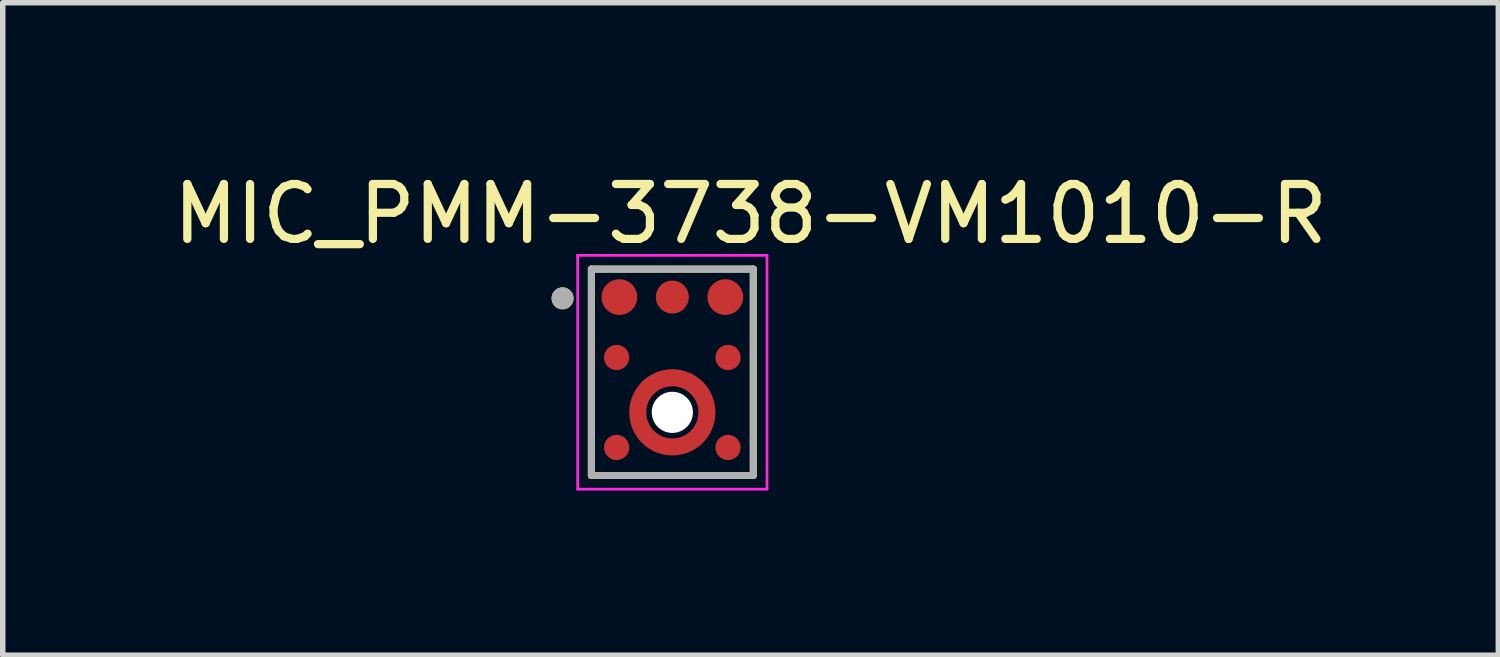
<source format=kicad_pcb>
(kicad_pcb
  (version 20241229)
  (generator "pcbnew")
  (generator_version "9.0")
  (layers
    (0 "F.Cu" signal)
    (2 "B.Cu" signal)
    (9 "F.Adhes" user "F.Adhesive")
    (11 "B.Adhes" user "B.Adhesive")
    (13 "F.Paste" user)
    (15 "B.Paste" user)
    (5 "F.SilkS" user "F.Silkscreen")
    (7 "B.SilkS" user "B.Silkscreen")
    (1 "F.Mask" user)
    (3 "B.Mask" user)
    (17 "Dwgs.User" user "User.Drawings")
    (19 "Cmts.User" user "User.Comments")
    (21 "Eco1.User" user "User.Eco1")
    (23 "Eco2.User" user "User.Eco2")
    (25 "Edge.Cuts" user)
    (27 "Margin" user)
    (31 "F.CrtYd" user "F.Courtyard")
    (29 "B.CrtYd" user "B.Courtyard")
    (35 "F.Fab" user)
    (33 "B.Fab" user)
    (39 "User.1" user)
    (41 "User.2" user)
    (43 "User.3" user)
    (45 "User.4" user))
  (footprint "MIC_PMM-3738-VM1010-R"
    (layer "F.Cu")
    (at 9.2 3.733)
    (property "Reference" "MIC_PMM-3738-VM1010-R" (at 1.425 -2.885 0) (layer "F.SilkS") (effects (font (size 1 1) (thickness 0.15))))
    (attr through_hole)
    (fp_poly (pts (xy -0.88 0.73) (xy -0.879 0.684) (xy -0.875 0.638) (xy -0.869 0.592) (xy -0.861 0.547) (xy -0.85 0.502) (xy -0.837 0.458) (xy -0.822 0.415) (xy -0.804 0.372) (xy -0.784 0.33) (xy -0.762 0.29) (xy -0.738 0.251) (xy -0.712 0.213) (xy -0.684 0.176) (xy -0.654 0.141) (xy -0.622 0.108) (xy -0.589 0.076) (xy -0.554 0.046) (xy -0.517 0.018) (xy -0.479 -0.008) (xy -0.44 -0.032) (xy -0.4 -0.054) (xy -0.358 -0.074) (xy -0.315 -0.092) (xy -0.272 -0.107) (xy -0.228 -0.12) (xy -0.183 -0.131) (xy -0.138 -0.139) (xy -0.092 -0.145) (xy -0.046 -0.149) (xy 0 -0.15) (xy 0.046 -0.149) (xy 0.092 -0.145) (xy 0.138 -0.139) (xy 0.183 -0.131) (xy 0.228 -0.12) (xy 0.272 -0.107) (xy 0.315 -0.092) (xy 0.358 -0.074) (xy 0.4 -0.054) (xy 0.44 -0.032) (xy 0.479 -0.008) (xy 0.517 0.018) (xy 0.554 0.046) (xy 0.589 0.076) (xy 0.622 0.108) (xy 0.654 0.141) (xy 0.684 0.176) (xy 0.712 0.213) (xy 0.738 0.251) (xy 0.762 0.29) (xy 0.784 0.33) (xy 0.804 0.372) (xy 0.822 0.415) (xy 0.837 0.458) (xy 0.85 0.502) (xy 0.861 0.547) (xy 0.869 0.592) (xy 0.875 0.638) (xy 0.879 0.684) (xy 0.88 0.73) (xy 0.48 0.73) (xy 0.479 0.705) (xy 0.477 0.68) (xy 0.474 0.655) (xy 0.47 0.63) (xy 0.464 0.606) (xy 0.457 0.582) (xy 0.448 0.558) (xy 0.439 0.535) (xy 0.428 0.512) (xy 0.416 0.49) (xy 0.403 0.469) (xy 0.388 0.448) (xy 0.373 0.428) (xy 0.357 0.409) (xy 0.339 0.391) (xy 0.321 0.373) (xy 0.302 0.357) (xy 0.282 0.342) (xy 0.261 0.327) (xy 0.24 0.314) (xy 0.218 0.302) (xy 0.195 0.291) (xy 0.172 0.282) (xy 0.148 0.273) (xy 0.124 0.266) (xy 0.1 0.26) (xy 0.075 0.256) (xy 0.05 0.253) (xy 0.025 0.251) (xy 0 0.25) (xy -0.025 0.251) (xy -0.05 0.253) (xy -0.075 0.256) (xy -0.1 0.26) (xy -0.124 0.266) (xy -0.148 0.273) (xy -0.172 0.282) (xy -0.195 0.291) (xy -0.218 0.302) (xy -0.24 0.314) (xy -0.261 0.327) (xy -0.282 0.342) (xy -0.302 0.357) (xy -0.321 0.373) (xy -0.339 0.391) (xy -0.357 0.409) (xy -0.373 0.428) (xy -0.388 0.448) (xy -0.403 0.469) (xy -0.416 0.49) (xy -0.428 0.512) (xy -0.439 0.535) (xy -0.448 0.558) (xy -0.457 0.582) (xy -0.464 0.606) (xy -0.47 0.63) (xy -0.474 0.655) (xy -0.477 0.68) (xy -0.479 0.705) (xy -0.48 0.73) (xy -0.477 0.78) (xy -0.47 0.83) (xy -0.457 0.878) (xy -0.439 0.925) (xy -0.416 0.97) (xy -0.388 1.012) (xy -0.357 1.051) (xy -0.321 1.087) (xy -0.282 1.118) (xy -0.24 1.146) (xy -0.195 1.169) (xy -0.148 1.187) (xy -0.1 1.2) (xy -0.05 1.207) (xy 0 1.21) (xy 0.05 1.207) (xy 0.1 1.2) (xy 0.148 1.187) (xy 0.195 1.169) (xy 0.24 1.146) (xy 0.282 1.118) (xy 0.321 1.087) (xy 0.357 1.051) (xy 0.388 1.012) (xy 0.416 0.97) (xy 0.439 0.925) (xy 0.457 0.878) (xy 0.47 0.83) (xy 0.477 0.78) (xy 0.48 0.73) (xy 0.88 0.73) (xy 0.879 0.776) (xy 0.875 0.822) (xy 0.869 0.868) (xy 0.861 0.913) (xy 0.85 0.958) (xy 0.837 1.002) (xy 0.822 1.045) (xy 0.804 1.088) (xy 0.784 1.13) (xy 0.762 1.17) (xy 0.738 1.209) (xy 0.712 1.247) (xy 0.684 1.284) (xy 0.654 1.319) (xy 0.622 1.352) (xy 0.589 1.384) (xy 0.554 1.414) (xy 0.517 1.442) (xy 0.479 1.468) (xy 0.44 1.492) (xy 0.4 1.514) (xy 0.358 1.534) (xy 0.315 1.552) (xy 0.272 1.567) (xy 0.228 1.58) (xy 0.183 1.591) (xy 0.138 1.599) (xy 0.092 1.605) (xy 0.046 1.609) (xy 0 1.61) (xy -0.046 1.609) (xy -0.092 1.605) (xy -0.138 1.599) (xy -0.183 1.591) (xy -0.228 1.58) (xy -0.272 1.567) (xy -0.315 1.552) (xy -0.358 1.534) (xy -0.4 1.514) (xy -0.44 1.492) (xy -0.479 1.468) (xy -0.517 1.442) (xy -0.554 1.414) (xy -0.589 1.384) (xy -0.622 1.352) (xy -0.654 1.319) (xy -0.684 1.284) (xy -0.712 1.247) (xy -0.738 1.209) (xy -0.762 1.17) (xy -0.784 1.13) (xy -0.804 1.088) (xy -0.822 1.045) (xy -0.837 1.002) (xy -0.85 0.958) (xy -0.861 0.913) (xy -0.869 0.868) (xy -0.875 0.822) (xy -0.879 0.776) (xy -0.88 0.73)) (stroke (width 0.01) (type solid)) (fill yes) (layer "F.Mask"))
    (fp_line (start -1.475 -1.88) (end 1.475 -1.88) (stroke (width 0.127) (type solid)) (layer "F.SilkS"))
    (fp_line (start -1.475 1.88) (end -1.475 -1.88) (stroke (width 0.127) (type solid)) (layer "F.SilkS"))
    (fp_line (start 1.475 -1.88) (end 1.475 1.88) (stroke (width 0.127) (type solid)) (layer "F.SilkS"))
    (fp_line (start 1.475 1.88) (end -1.475 1.88) (stroke (width 0.127) (type solid)) (layer "F.SilkS"))
    (fp_circle (center -2 -1.347) (end -1.9 -1.347) (stroke (width 0.2) (type solid)) (fill no) (layer "F.SilkS"))
    (fp_poly (pts (xy -0.525 0.68) (xy -0.525 0.675) (xy -0.523 0.655) (xy -0.52 0.631) (xy -0.516 0.607) (xy -0.511 0.583) (xy -0.504 0.559) (xy -0.497 0.536) (xy -0.488 0.513) (xy -0.478 0.491) (xy -0.467 0.469) (xy -0.455 0.447) (xy -0.442 0.427) (xy -0.428 0.407) (xy -0.413 0.387) (xy -0.397 0.369) (xy -0.381 0.351) (xy -0.363 0.334) (xy -0.345 0.317) (xy -0.326 0.302) (xy -0.306 0.288) (xy -0.285 0.275) (xy -0.264 0.262) (xy -0.242 0.251) (xy -0.22 0.241) (xy -0.197 0.231) (xy -0.174 0.223) (xy -0.151 0.216) (xy -0.127 0.211) (xy -0.103 0.206) (xy -0.079 0.203) (xy -0.05 0.2) (xy -0.05 -0.05) (xy -0.087 -0.046) (xy -0.124 -0.04) (xy -0.161 -0.032) (xy -0.197 -0.023) (xy -0.233 -0.012) (xy -0.268 0) (xy -0.302 0.014) (xy -0.336 0.03) (xy -0.369 0.048) (xy -0.402 0.067) (xy -0.433 0.087) (xy -0.463 0.109) (xy -0.493 0.132) (xy -0.521 0.156) (xy -0.548 0.182) (xy -0.574 0.209) (xy -0.598 0.237) (xy -0.621 0.267) (xy -0.643 0.297) (xy -0.663 0.328) (xy -0.682 0.361) (xy -0.7 0.394) (xy -0.716 0.428) (xy -0.73 0.462) (xy -0.742 0.497) (xy -0.753 0.533) (xy -0.762 0.569) (xy -0.77 0.606) (xy -0.776 0.643) (xy -0.78 0.68) (xy -0.525 0.68)) (stroke (width 0.01) (type solid)) (fill yes) (layer "F.Paste"))
    (fp_poly (pts (xy -0.05 1.255) (xy -0.055 1.255) (xy -0.075 1.253) (xy -0.1 1.25) (xy -0.124 1.246) (xy -0.148 1.24) (xy -0.172 1.234) (xy -0.196 1.226) (xy -0.219 1.217) (xy -0.241 1.207) (xy -0.264 1.196) (xy -0.285 1.184) (xy -0.306 1.17) (xy -0.326 1.156) (xy -0.346 1.141) (xy -0.365 1.125) (xy -0.382 1.107) (xy -0.4 1.09) (xy -0.416 1.071) (xy -0.431 1.051) (xy -0.445 1.031) (xy -0.459 1.01) (xy -0.471 0.989) (xy -0.482 0.966) (xy -0.492 0.944) (xy -0.501 0.921) (xy -0.509 0.897) (xy -0.515 0.873) (xy -0.521 0.849) (xy -0.525 0.825) (xy -0.528 0.8) (xy -0.53 0.78) (xy -0.78 0.78) (xy -0.776 0.817) (xy -0.77 0.854) (xy -0.762 0.891) (xy -0.753 0.927) (xy -0.742 0.963) (xy -0.73 0.998) (xy -0.716 1.032) (xy -0.7 1.066) (xy -0.682 1.099) (xy -0.663 1.132) (xy -0.643 1.163) (xy -0.621 1.193) (xy -0.598 1.223) (xy -0.574 1.251) (xy -0.548 1.278) (xy -0.521 1.304) (xy -0.493 1.328) (xy -0.463 1.351) (xy -0.433 1.373) (xy -0.402 1.393) (xy -0.369 1.412) (xy -0.336 1.43) (xy -0.302 1.446) (xy -0.268 1.46) (xy -0.233 1.472) (xy -0.197 1.483) (xy -0.161 1.492) (xy -0.124 1.5) (xy -0.087 1.506) (xy -0.05 1.51) (xy -0.05 1.255)) (stroke (width 0.01) (type solid)) (fill yes) (layer "F.Paste"))
    (fp_poly (pts (xy 0.05 0.205) (xy 0.055 0.205) (xy 0.075 0.207) (xy 0.1 0.21) (xy 0.124 0.214) (xy 0.148 0.22) (xy 0.172 0.226) (xy 0.196 0.234) (xy 0.219 0.243) (xy 0.241 0.253) (xy 0.264 0.264) (xy 0.285 0.276) (xy 0.306 0.29) (xy 0.326 0.304) (xy 0.346 0.319) (xy 0.365 0.335) (xy 0.382 0.353) (xy 0.4 0.37) (xy 0.416 0.389) (xy 0.431 0.409) (xy 0.445 0.429) (xy 0.459 0.45) (xy 0.471 0.471) (xy 0.482 0.494) (xy 0.492 0.516) (xy 0.501 0.539) (xy 0.509 0.563) (xy 0.515 0.587) (xy 0.521 0.611) (xy 0.525 0.635) (xy 0.528 0.66) (xy 0.53 0.68) (xy 0.78 0.68) (xy 0.776 0.643) (xy 0.77 0.606) (xy 0.762 0.569) (xy 0.753 0.533) (xy 0.742 0.497) (xy 0.73 0.462) (xy 0.716 0.428) (xy 0.7 0.394) (xy 0.682 0.361) (xy 0.663 0.328) (xy 0.643 0.297) (xy 0.621 0.267) (xy 0.598 0.237) (xy 0.574 0.209) (xy 0.548 0.182) (xy 0.521 0.156) (xy 0.493 0.132) (xy 0.463 0.109) (xy 0.433 0.087) (xy 0.402 0.067) (xy 0.369 0.048) (xy 0.336 0.03) (xy 0.302 0.014) (xy 0.268 0) (xy 0.233 -0.012) (xy 0.197 -0.023) (xy 0.161 -0.032) (xy 0.124 -0.04) (xy 0.087 -0.046) (xy 0.05 -0.05) (xy 0.05 0.205)) (stroke (width 0.01) (type solid)) (fill yes) (layer "F.Paste"))
    (fp_poly (pts (xy 0.525 0.78) (xy 0.525 0.785) (xy 0.522 0.814) (xy 0.519 0.838) (xy 0.514 0.862) (xy 0.509 0.886) (xy 0.502 0.909) (xy 0.494 0.932) (xy 0.484 0.955) (xy 0.474 0.977) (xy 0.463 0.999) (xy 0.45 1.02) (xy 0.437 1.041) (xy 0.423 1.061) (xy 0.408 1.08) (xy 0.391 1.098) (xy 0.374 1.116) (xy 0.356 1.132) (xy 0.338 1.148) (xy 0.318 1.163) (xy 0.298 1.177) (xy 0.278 1.19) (xy 0.256 1.202) (xy 0.234 1.213) (xy 0.212 1.223) (xy 0.189 1.232) (xy 0.166 1.239) (xy 0.142 1.246) (xy 0.118 1.251) (xy 0.094 1.255) (xy 0.07 1.258) (xy 0.05 1.26) (xy 0.05 1.51) (xy 0.087 1.506) (xy 0.124 1.5) (xy 0.161 1.492) (xy 0.197 1.483) (xy 0.233 1.472) (xy 0.268 1.46) (xy 0.302 1.446) (xy 0.336 1.43) (xy 0.369 1.412) (xy 0.402 1.393) (xy 0.433 1.373) (xy 0.463 1.351) (xy 0.493 1.328) (xy 0.521 1.304) (xy 0.548 1.278) (xy 0.574 1.251) (xy 0.598 1.223) (xy 0.621 1.193) (xy 0.643 1.163) (xy 0.663 1.132) (xy 0.682 1.099) (xy 0.7 1.066) (xy 0.716 1.032) (xy 0.73 0.998) (xy 0.742 0.963) (xy 0.753 0.927) (xy 0.762 0.891) (xy 0.77 0.854) (xy 0.776 0.817) (xy 0.78 0.78) (xy 0.525 0.78)) (stroke (width 0.01) (type solid)) (fill yes) (layer "F.Paste"))
    (fp_poly (pts (xy -1.22 1.37) (xy -1.22 1.381) (xy -1.219 1.391) (xy -1.217 1.402) (xy -1.216 1.413) (xy -1.213 1.423) (xy -1.21 1.433) (xy -1.206 1.443) (xy -1.202 1.453) (xy -1.198 1.463) (xy -1.193 1.473) (xy -1.187 1.482) (xy -1.181 1.49) (xy -1.174 1.499) (xy -1.167 1.507) (xy -1.16 1.515) (xy -1.152 1.522) (xy -1.144 1.529) (xy -1.135 1.536) (xy -1.127 1.542) (xy -1.117 1.548) (xy -1.108 1.553) (xy -1.098 1.557) (xy -1.088 1.561) (xy -1.078 1.565) (xy -1.068 1.568) (xy -1.058 1.571) (xy -1.047 1.572) (xy -1.036 1.574) (xy -1.026 1.575) (xy -1.015 1.575) (xy -1.004 1.575) (xy -0.994 1.574) (xy -0.983 1.572) (xy -0.972 1.571) (xy -0.962 1.568) (xy -0.952 1.565) (xy -0.942 1.561) (xy -0.932 1.557) (xy -0.922 1.553) (xy -0.912 1.548) (xy -0.903 1.542) (xy -0.895 1.536) (xy -0.886 1.529) (xy -0.878 1.522) (xy -0.87 1.515) (xy -0.863 1.507) (xy -0.856 1.499) (xy -0.849 1.49) (xy -0.843 1.482) (xy -0.837 1.473) (xy -0.832 1.463) (xy -0.828 1.453) (xy -0.824 1.443) (xy -0.82 1.433) (xy -0.817 1.423) (xy -0.814 1.413) (xy -0.813 1.402) (xy -0.811 1.391) (xy -0.81 1.381) (xy -0.81 1.37) (xy -0.81 1.359) (xy -0.811 1.349) (xy -0.813 1.338) (xy -0.814 1.327) (xy -0.817 1.317) (xy -0.82 1.307) (xy -0.824 1.297) (xy -0.828 1.287) (xy -0.832 1.277) (xy -0.837 1.268) (xy -0.843 1.258) (xy -0.849 1.25) (xy -0.856 1.241) (xy -0.863 1.233) (xy -0.87 1.225) (xy -0.878 1.218) (xy -0.886 1.211) (xy -0.895 1.204) (xy -0.903 1.198) (xy -0.913 1.192) (xy -0.922 1.187) (xy -0.932 1.183) (xy -0.942 1.179) (xy -0.952 1.175) (xy -0.962 1.172) (xy -0.972 1.169) (xy -0.983 1.168) (xy -0.994 1.166) (xy -1.004 1.165) (xy -1.015 1.165) (xy -1.026 1.165) (xy -1.036 1.166) (xy -1.047 1.168) (xy -1.058 1.169) (xy -1.068 1.172) (xy -1.078 1.175) (xy -1.088 1.179) (xy -1.098 1.183) (xy -1.108 1.187) (xy -1.117 1.192) (xy -1.127 1.198) (xy -1.135 1.204) (xy -1.144 1.211) (xy -1.152 1.218) (xy -1.16 1.225) (xy -1.167 1.233) (xy -1.174 1.241) (xy -1.181 1.25) (xy -1.187 1.258) (xy -1.193 1.268) (xy -1.198 1.277) (xy -1.202 1.287) (xy -1.206 1.297) (xy -1.21 1.307) (xy -1.213 1.317) (xy -1.216 1.327) (xy -1.217 1.338) (xy -1.219 1.349) (xy -1.22 1.359) (xy -1.22 1.37)) (stroke (width 0.01) (type solid)) (fill yes) (layer "F.Paste"))
    (fp_poly (pts (xy -1.22 -0.27) (xy -1.22 -0.259) (xy -1.219 -0.249) (xy -1.217 -0.238) (xy -1.216 -0.227) (xy -1.213 -0.217) (xy -1.21 -0.207) (xy -1.206 -0.197) (xy -1.202 -0.187) (xy -1.198 -0.177) (xy -1.193 -0.168) (xy -1.187 -0.158) (xy -1.181 -0.15) (xy -1.174 -0.141) (xy -1.167 -0.133) (xy -1.16 -0.125) (xy -1.152 -0.118) (xy -1.144 -0.111) (xy -1.135 -0.104) (xy -1.127 -0.098) (xy -1.117 -0.092) (xy -1.108 -0.087) (xy -1.098 -0.083) (xy -1.088 -0.079) (xy -1.078 -0.075) (xy -1.068 -0.072) (xy -1.058 -0.069) (xy -1.047 -0.068) (xy -1.036 -0.066) (xy -1.026 -0.065) (xy -1.015 -0.065) (xy -1.004 -0.065) (xy -0.994 -0.066) (xy -0.983 -0.068) (xy -0.972 -0.069) (xy -0.962 -0.072) (xy -0.952 -0.075) (xy -0.942 -0.079) (xy -0.932 -0.083) (xy -0.922 -0.087) (xy -0.913 -0.092) (xy -0.903 -0.098) (xy -0.895 -0.104) (xy -0.886 -0.111) (xy -0.878 -0.118) (xy -0.87 -0.125) (xy -0.863 -0.133) (xy -0.856 -0.141) (xy -0.849 -0.15) (xy -0.843 -0.158) (xy -0.837 -0.167) (xy -0.832 -0.177) (xy -0.828 -0.187) (xy -0.824 -0.197) (xy -0.82 -0.207) (xy -0.817 -0.217) (xy -0.814 -0.227) (xy -0.813 -0.238) (xy -0.811 -0.249) (xy -0.81 -0.259) (xy -0.81 -0.27) (xy -0.81 -0.281) (xy -0.811 -0.291) (xy -0.813 -0.302) (xy -0.814 -0.313) (xy -0.817 -0.323) (xy -0.82 -0.333) (xy -0.824 -0.343) (xy -0.828 -0.353) (xy -0.832 -0.363) (xy -0.837 -0.372) (xy -0.843 -0.382) (xy -0.849 -0.39) (xy -0.856 -0.399) (xy -0.863 -0.407) (xy -0.87 -0.415) (xy -0.878 -0.422) (xy -0.886 -0.429) (xy -0.895 -0.436) (xy -0.903 -0.442) (xy -0.912 -0.448) (xy -0.922 -0.453) (xy -0.932 -0.457) (xy -0.942 -0.461) (xy -0.952 -0.465) (xy -0.962 -0.468) (xy -0.972 -0.471) (xy -0.983 -0.472) (xy -0.994 -0.474) (xy -1.004 -0.475) (xy -1.015 -0.475) (xy -1.02 -0.475) (xy -1.03 -0.475) (xy -1.041 -0.474) (xy -1.051 -0.473) (xy -1.062 -0.471) (xy -1.072 -0.468) (xy -1.082 -0.465) (xy -1.092 -0.462) (xy -1.101 -0.458) (xy -1.111 -0.453) (xy -1.12 -0.448) (xy -1.129 -0.443) (xy -1.138 -0.437) (xy -1.146 -0.43) (xy -1.154 -0.424) (xy -1.161 -0.416) (xy -1.169 -0.409) (xy -1.175 -0.401) (xy -1.182 -0.393) (xy -1.188 -0.384) (xy -1.193 -0.375) (xy -1.198 -0.366) (xy -1.203 -0.356) (xy -1.207 -0.347) (xy -1.21 -0.337) (xy -1.213 -0.327) (xy -1.216 -0.317) (xy -1.218 -0.306) (xy -1.219 -0.296) (xy -1.22 -0.285) (xy -1.22 -0.275) (xy -1.22 -0.27)) (stroke (width 0.01) (type solid)) (fill yes) (layer "F.Paste"))
    (fp_poly (pts (xy -0.275 -1.37) (xy -0.275 -1.356) (xy -0.273 -1.341) (xy -0.272 -1.327) (xy -0.269 -1.313) (xy -0.266 -1.299) (xy -0.262 -1.285) (xy -0.257 -1.271) (xy -0.251 -1.258) (xy -0.245 -1.245) (xy -0.238 -1.232) (xy -0.231 -1.22) (xy -0.222 -1.208) (xy -0.214 -1.197) (xy -0.204 -1.186) (xy -0.194 -1.176) (xy -0.184 -1.166) (xy -0.173 -1.156) (xy -0.162 -1.148) (xy -0.15 -1.139) (xy -0.138 -1.132) (xy -0.125 -1.125) (xy -0.112 -1.119) (xy -0.099 -1.113) (xy -0.085 -1.108) (xy -0.071 -1.104) (xy -0.057 -1.101) (xy -0.043 -1.098) (xy -0.029 -1.097) (xy -0.014 -1.095) (xy 0 -1.095) (xy 0.014 -1.095) (xy 0.029 -1.097) (xy 0.043 -1.098) (xy 0.057 -1.101) (xy 0.071 -1.104) (xy 0.085 -1.108) (xy 0.099 -1.113) (xy 0.112 -1.119) (xy 0.125 -1.125) (xy 0.138 -1.132) (xy 0.15 -1.139) (xy 0.162 -1.148) (xy 0.173 -1.156) (xy 0.184 -1.166) (xy 0.194 -1.176) (xy 0.204 -1.186) (xy 0.214 -1.197) (xy 0.222 -1.208) (xy 0.231 -1.22) (xy 0.238 -1.232) (xy 0.245 -1.245) (xy 0.251 -1.258) (xy 0.257 -1.271) (xy 0.262 -1.285) (xy 0.266 -1.299) (xy 0.269 -1.313) (xy 0.272 -1.327) (xy 0.273 -1.341) (xy 0.275 -1.356) (xy 0.275 -1.37) (xy 0.275 -1.384) (xy 0.273 -1.399) (xy 0.272 -1.413) (xy 0.269 -1.427) (xy 0.266 -1.441) (xy 0.262 -1.455) (xy 0.257 -1.469) (xy 0.251 -1.482) (xy 0.245 -1.495) (xy 0.238 -1.508) (xy 0.231 -1.52) (xy 0.222 -1.532) (xy 0.214 -1.543) (xy 0.204 -1.554) (xy 0.194 -1.564) (xy 0.184 -1.574) (xy 0.173 -1.584) (xy 0.162 -1.592) (xy 0.15 -1.601) (xy 0.138 -1.608) (xy 0.125 -1.615) (xy 0.112 -1.621) (xy 0.099 -1.627) (xy 0.085 -1.632) (xy 0.071 -1.636) (xy 0.057 -1.639) (xy 0.043 -1.642) (xy 0.029 -1.643) (xy 0.014 -1.645) (xy 0 -1.645) (xy -0.005 -1.645) (xy -0.019 -1.645) (xy -0.033 -1.644) (xy -0.047 -1.642) (xy -0.061 -1.639) (xy -0.075 -1.636) (xy -0.088 -1.632) (xy -0.102 -1.627) (xy -0.115 -1.622) (xy -0.128 -1.616) (xy -0.14 -1.609) (xy -0.152 -1.601) (xy -0.164 -1.593) (xy -0.175 -1.585) (xy -0.186 -1.576) (xy -0.196 -1.566) (xy -0.206 -1.556) (xy -0.215 -1.545) (xy -0.223 -1.534) (xy -0.231 -1.522) (xy -0.239 -1.51) (xy -0.246 -1.498) (xy -0.252 -1.485) (xy -0.257 -1.472) (xy -0.262 -1.458) (xy -0.266 -1.445) (xy -0.269 -1.431) (xy -0.272 -1.417) (xy -0.274 -1.403) (xy -0.275 -1.389) (xy -0.275 -1.375) (xy -0.275 -1.37)) (stroke (width 0.01) (type solid)) (fill yes) (layer "F.Paste"))
    (fp_poly (pts (xy 0.81 1.375) (xy 0.81 1.385) (xy 0.811 1.396) (xy 0.812 1.406) (xy 0.814 1.417) (xy 0.817 1.427) (xy 0.82 1.437) (xy 0.823 1.447) (xy 0.827 1.456) (xy 0.832 1.466) (xy 0.837 1.475) (xy 0.842 1.484) (xy 0.848 1.493) (xy 0.855 1.501) (xy 0.861 1.509) (xy 0.869 1.516) (xy 0.876 1.524) (xy 0.884 1.53) (xy 0.892 1.537) (xy 0.901 1.543) (xy 0.91 1.548) (xy 0.919 1.553) (xy 0.929 1.558) (xy 0.938 1.562) (xy 0.948 1.565) (xy 0.958 1.568) (xy 0.968 1.571) (xy 0.979 1.573) (xy 0.989 1.574) (xy 1 1.575) (xy 1.01 1.575) (xy 1.015 1.575) (xy 1.026 1.575) (xy 1.036 1.574) (xy 1.047 1.572) (xy 1.058 1.571) (xy 1.068 1.568) (xy 1.078 1.565) (xy 1.088 1.561) (xy 1.098 1.557) (xy 1.108 1.553) (xy 1.117 1.548) (xy 1.127 1.542) (xy 1.135 1.536) (xy 1.144 1.529) (xy 1.152 1.522) (xy 1.16 1.515) (xy 1.167 1.507) (xy 1.174 1.499) (xy 1.181 1.49) (xy 1.187 1.482) (xy 1.193 1.473) (xy 1.198 1.463) (xy 1.202 1.453) (xy 1.206 1.443) (xy 1.21 1.433) (xy 1.213 1.423) (xy 1.216 1.413) (xy 1.217 1.402) (xy 1.219 1.391) (xy 1.22 1.381) (xy 1.22 1.37) (xy 1.22 1.365) (xy 1.22 1.355) (xy 1.219 1.344) (xy 1.218 1.334) (xy 1.216 1.323) (xy 1.213 1.313) (xy 1.21 1.303) (xy 1.207 1.293) (xy 1.203 1.284) (xy 1.198 1.274) (xy 1.193 1.265) (xy 1.188 1.256) (xy 1.182 1.247) (xy 1.175 1.239) (xy 1.169 1.231) (xy 1.161 1.224) (xy 1.154 1.216) (xy 1.146 1.21) (xy 1.138 1.203) (xy 1.129 1.197) (xy 1.12 1.192) (xy 1.111 1.187) (xy 1.101 1.182) (xy 1.092 1.178) (xy 1.082 1.175) (xy 1.072 1.172) (xy 1.062 1.169) (xy 1.051 1.167) (xy 1.041 1.166) (xy 1.03 1.165) (xy 1.02 1.165) (xy 1.009 1.165) (xy 0.998 1.166) (xy 0.987 1.168) (xy 0.976 1.17) (xy 0.966 1.172) (xy 0.955 1.175) (xy 0.945 1.179) (xy 0.935 1.183) (xy 0.925 1.188) (xy 0.915 1.193) (xy 0.906 1.199) (xy 0.897 1.205) (xy 0.888 1.212) (xy 0.879 1.219) (xy 0.872 1.227) (xy 0.864 1.234) (xy 0.857 1.243) (xy 0.85 1.252) (xy 0.844 1.261) (xy 0.838 1.27) (xy 0.833 1.28) (xy 0.828 1.29) (xy 0.824 1.3) (xy 0.82 1.31) (xy 0.817 1.321) (xy 0.815 1.331) (xy 0.813 1.342) (xy 0.811 1.353) (xy 0.81 1.364) (xy 0.81 1.375)) (stroke (width 0.01) (type solid)) (fill yes) (layer "F.Paste"))
    (fp_poly (pts (xy 0.665 -1.37) (xy 0.665 -1.354) (xy 0.667 -1.339) (xy 0.669 -1.323) (xy 0.672 -1.308) (xy 0.675 -1.292) (xy 0.68 -1.277) (xy 0.685 -1.262) (xy 0.691 -1.248) (xy 0.698 -1.234) (xy 0.705 -1.22) (xy 0.713 -1.207) (xy 0.722 -1.194) (xy 0.732 -1.181) (xy 0.742 -1.169) (xy 0.753 -1.158) (xy 0.764 -1.147) (xy 0.776 -1.137) (xy 0.789 -1.127) (xy 0.802 -1.118) (xy 0.815 -1.11) (xy 0.829 -1.103) (xy 0.843 -1.096) (xy 0.857 -1.09) (xy 0.872 -1.085) (xy 0.887 -1.08) (xy 0.903 -1.077) (xy 0.918 -1.074) (xy 0.934 -1.072) (xy 0.949 -1.07) (xy 0.965 -1.07) (xy 0.97 -1.07) (xy 0.985 -1.07) (xy 1.001 -1.072) (xy 1.016 -1.074) (xy 1.031 -1.076) (xy 1.046 -1.08) (xy 1.061 -1.084) (xy 1.076 -1.09) (xy 1.09 -1.096) (xy 1.104 -1.102) (xy 1.117 -1.11) (xy 1.131 -1.118) (xy 1.143 -1.126) (xy 1.156 -1.136) (xy 1.167 -1.146) (xy 1.179 -1.156) (xy 1.189 -1.168) (xy 1.199 -1.179) (xy 1.209 -1.192) (xy 1.217 -1.204) (xy 1.225 -1.218) (xy 1.233 -1.231) (xy 1.239 -1.245) (xy 1.245 -1.259) (xy 1.251 -1.274) (xy 1.255 -1.289) (xy 1.259 -1.304) (xy 1.261 -1.319) (xy 1.263 -1.334) (xy 1.265 -1.35) (xy 1.265 -1.365) (xy 1.265 -1.375) (xy 1.265 -1.39) (xy 1.263 -1.406) (xy 1.261 -1.421) (xy 1.259 -1.436) (xy 1.255 -1.451) (xy 1.251 -1.466) (xy 1.245 -1.481) (xy 1.239 -1.495) (xy 1.233 -1.509) (xy 1.225 -1.522) (xy 1.217 -1.536) (xy 1.209 -1.548) (xy 1.199 -1.561) (xy 1.189 -1.572) (xy 1.179 -1.584) (xy 1.167 -1.594) (xy 1.156 -1.604) (xy 1.143 -1.614) (xy 1.131 -1.622) (xy 1.117 -1.63) (xy 1.104 -1.638) (xy 1.09 -1.644) (xy 1.076 -1.65) (xy 1.061 -1.656) (xy 1.046 -1.66) (xy 1.031 -1.664) (xy 1.016 -1.666) (xy 1.001 -1.668) (xy 0.985 -1.67) (xy 0.97 -1.67) (xy 0.965 -1.67) (xy 0.949 -1.67) (xy 0.934 -1.668) (xy 0.918 -1.666) (xy 0.903 -1.663) (xy 0.887 -1.66) (xy 0.872 -1.655) (xy 0.857 -1.65) (xy 0.843 -1.644) (xy 0.829 -1.637) (xy 0.815 -1.63) (xy 0.802 -1.622) (xy 0.789 -1.613) (xy 0.776 -1.603) (xy 0.764 -1.593) (xy 0.753 -1.582) (xy 0.742 -1.571) (xy 0.732 -1.559) (xy 0.722 -1.546) (xy 0.713 -1.533) (xy 0.705 -1.52) (xy 0.698 -1.506) (xy 0.691 -1.492) (xy 0.685 -1.478) (xy 0.68 -1.463) (xy 0.675 -1.448) (xy 0.672 -1.432) (xy 0.669 -1.417) (xy 0.667 -1.401) (xy 0.665 -1.386) (xy 0.665 -1.37)) (stroke (width 0.01) (type solid)) (fill yes) (layer "F.Paste"))
    (fp_poly (pts (xy 0.81 -0.27) (xy 0.81 -0.265) (xy 0.81 -0.255) (xy 0.811 -0.244) (xy 0.812 -0.234) (xy 0.814 -0.223) (xy 0.817 -0.213) (xy 0.82 -0.203) (xy 0.823 -0.193) (xy 0.827 -0.184) (xy 0.832 -0.174) (xy 0.837 -0.165) (xy 0.842 -0.156) (xy 0.848 -0.147) (xy 0.855 -0.139) (xy 0.861 -0.131) (xy 0.869 -0.124) (xy 0.876 -0.116) (xy 0.884 -0.11) (xy 0.892 -0.103) (xy 0.901 -0.097) (xy 0.91 -0.092) (xy 0.919 -0.087) (xy 0.929 -0.082) (xy 0.938 -0.078) (xy 0.948 -0.075) (xy 0.958 -0.072) (xy 0.968 -0.069) (xy 0.979 -0.067) (xy 0.989 -0.066) (xy 1 -0.065) (xy 1.01 -0.065) (xy 1.02 -0.065) (xy 1.03 -0.065) (xy 1.041 -0.066) (xy 1.051 -0.067) (xy 1.062 -0.069) (xy 1.072 -0.072) (xy 1.082 -0.075) (xy 1.092 -0.078) (xy 1.101 -0.082) (xy 1.111 -0.087) (xy 1.12 -0.092) (xy 1.129 -0.097) (xy 1.138 -0.103) (xy 1.146 -0.11) (xy 1.154 -0.116) (xy 1.161 -0.124) (xy 1.169 -0.131) (xy 1.175 -0.139) (xy 1.182 -0.147) (xy 1.188 -0.156) (xy 1.193 -0.165) (xy 1.198 -0.174) (xy 1.203 -0.184) (xy 1.207 -0.193) (xy 1.21 -0.203) (xy 1.213 -0.213) (xy 1.216 -0.223) (xy 1.218 -0.234) (xy 1.219 -0.244) (xy 1.22 -0.255) (xy 1.22 -0.265) (xy 1.22 -0.27) (xy 1.22 -0.281) (xy 1.219 -0.291) (xy 1.217 -0.302) (xy 1.216 -0.313) (xy 1.213 -0.323) (xy 1.21 -0.333) (xy 1.206 -0.343) (xy 1.202 -0.353) (xy 1.198 -0.363) (xy 1.193 -0.372) (xy 1.187 -0.382) (xy 1.181 -0.39) (xy 1.174 -0.399) (xy 1.167 -0.407) (xy 1.16 -0.415) (xy 1.152 -0.422) (xy 1.144 -0.429) (xy 1.135 -0.436) (xy 1.127 -0.442) (xy 1.117 -0.448) (xy 1.108 -0.453) (xy 1.098 -0.457) (xy 1.088 -0.461) (xy 1.078 -0.465) (xy 1.068 -0.468) (xy 1.058 -0.471) (xy 1.047 -0.472) (xy 1.036 -0.474) (xy 1.026 -0.475) (xy 1.015 -0.475) (xy 1.004 -0.475) (xy 0.994 -0.474) (xy 0.983 -0.472) (xy 0.972 -0.471) (xy 0.962 -0.468) (xy 0.952 -0.465) (xy 0.942 -0.461) (xy 0.932 -0.457) (xy 0.922 -0.453) (xy 0.912 -0.448) (xy 0.903 -0.442) (xy 0.895 -0.436) (xy 0.886 -0.429) (xy 0.878 -0.422) (xy 0.87 -0.415) (xy 0.863 -0.407) (xy 0.856 -0.399) (xy 0.849 -0.39) (xy 0.843 -0.382) (xy 0.837 -0.372) (xy 0.832 -0.363) (xy 0.828 -0.353) (xy 0.824 -0.343) (xy 0.82 -0.333) (xy 0.817 -0.323) (xy 0.814 -0.313) (xy 0.813 -0.302) (xy 0.811 -0.291) (xy 0.81 -0.281) (xy 0.81 -0.27)) (stroke (width 0.01) (type solid)) (fill yes) (layer "F.Paste"))
    (fp_poly (pts (xy -1.265 -1.37) (xy -1.265 -1.354) (xy -1.263 -1.339) (xy -1.261 -1.323) (xy -1.258 -1.308) (xy -1.255 -1.292) (xy -1.25 -1.277) (xy -1.245 -1.262) (xy -1.239 -1.248) (xy -1.232 -1.234) (xy -1.225 -1.22) (xy -1.217 -1.207) (xy -1.208 -1.194) (xy -1.198 -1.181) (xy -1.188 -1.169) (xy -1.177 -1.158) (xy -1.166 -1.147) (xy -1.154 -1.137) (xy -1.141 -1.127) (xy -1.128 -1.118) (xy -1.115 -1.11) (xy -1.101 -1.103) (xy -1.087 -1.096) (xy -1.073 -1.09) (xy -1.058 -1.085) (xy -1.043 -1.08) (xy -1.027 -1.077) (xy -1.012 -1.074) (xy -0.996 -1.072) (xy -0.981 -1.07) (xy -0.965 -1.07) (xy -0.96 -1.07) (xy -0.945 -1.07) (xy -0.929 -1.072) (xy -0.914 -1.074) (xy -0.899 -1.076) (xy -0.884 -1.08) (xy -0.869 -1.084) (xy -0.854 -1.09) (xy -0.84 -1.096) (xy -0.826 -1.102) (xy -0.813 -1.11) (xy -0.799 -1.118) (xy -0.787 -1.126) (xy -0.774 -1.136) (xy -0.763 -1.146) (xy -0.751 -1.156) (xy -0.741 -1.168) (xy -0.731 -1.179) (xy -0.721 -1.192) (xy -0.713 -1.204) (xy -0.705 -1.218) (xy -0.697 -1.231) (xy -0.691 -1.245) (xy -0.685 -1.259) (xy -0.679 -1.274) (xy -0.675 -1.289) (xy -0.671 -1.304) (xy -0.669 -1.319) (xy -0.667 -1.334) (xy -0.665 -1.35) (xy -0.665 -1.365) (xy -0.665 -1.38) (xy -0.665 -1.395) (xy -0.667 -1.41) (xy -0.669 -1.425) (xy -0.671 -1.44) (xy -0.675 -1.455) (xy -0.679 -1.47) (xy -0.684 -1.484) (xy -0.69 -1.498) (xy -0.697 -1.512) (xy -0.704 -1.525) (xy -0.712 -1.538) (xy -0.72 -1.55) (xy -0.73 -1.563) (xy -0.739 -1.574) (xy -0.75 -1.585) (xy -0.761 -1.596) (xy -0.772 -1.605) (xy -0.785 -1.615) (xy -0.797 -1.623) (xy -0.81 -1.631) (xy -0.823 -1.638) (xy -0.837 -1.645) (xy -0.851 -1.651) (xy -0.865 -1.656) (xy -0.88 -1.66) (xy -0.895 -1.664) (xy -0.91 -1.666) (xy -0.925 -1.668) (xy -0.94 -1.67) (xy -0.955 -1.67) (xy -0.97 -1.67) (xy -0.985 -1.67) (xy -1.001 -1.668) (xy -1.016 -1.666) (xy -1.031 -1.664) (xy -1.046 -1.66) (xy -1.061 -1.656) (xy -1.076 -1.65) (xy -1.09 -1.644) (xy -1.104 -1.638) (xy -1.117 -1.63) (xy -1.131 -1.622) (xy -1.143 -1.614) (xy -1.156 -1.604) (xy -1.167 -1.594) (xy -1.179 -1.584) (xy -1.189 -1.572) (xy -1.199 -1.561) (xy -1.209 -1.548) (xy -1.217 -1.536) (xy -1.225 -1.522) (xy -1.233 -1.509) (xy -1.239 -1.495) (xy -1.245 -1.481) (xy -1.251 -1.466) (xy -1.255 -1.451) (xy -1.259 -1.436) (xy -1.261 -1.421) (xy -1.263 -1.406) (xy -1.265 -1.39) (xy -1.265 -1.375) (xy -1.265 -1.37)) (stroke (width 0.01) (type solid)) (fill yes) (layer "F.Paste"))
    (fp_line (start -1.725 -2.13) (end 1.725 -2.13) (stroke (width 0.05) (type solid)) (layer "F.CrtYd"))
    (fp_line (start -1.725 2.13) (end -1.725 -2.13) (stroke (width 0.05) (type solid)) (layer "F.CrtYd"))
    (fp_line (start 1.725 -2.13) (end 1.725 2.13) (stroke (width 0.05) (type solid)) (layer "F.CrtYd"))
    (fp_line (start 1.725 2.13) (end -1.725 2.13) (stroke (width 0.05) (type solid)) (layer "F.CrtYd"))
    (fp_line (start -1.475 -1.88) (end 1.475 -1.88) (stroke (width 0.127) (type solid)) (layer "F.Fab"))
    (fp_line (start -1.475 1.88) (end -1.475 -1.88) (stroke (width 0.127) (type solid)) (layer "F.Fab"))
    (fp_line (start 1.475 -1.88) (end 1.475 1.88) (stroke (width 0.127) (type solid)) (layer "F.Fab"))
    (fp_line (start 1.475 1.88) (end -1.475 1.88) (stroke (width 0.127) (type solid)) (layer "F.Fab"))
    (fp_circle (center -2 -1.347) (end -1.9 -1.347) (stroke (width 0.2) (type solid)) (fill no) (layer "F.Fab"))
    (pad "" np_thru_hole circle (at 0 0.73) (size 0.75 0.75) (drill 0.75) (layers "*.Cu" "*.Mask"))
    (pad "1" smd circle (at -0.965 -1.37) (size 0.65 0.65) (layers "F.Cu" "F.Mask"))
    (pad "2" smd circle (at -1.015 -0.27) (size 0.46 0.46) (layers "F.Cu" "F.Mask"))
    (pad "3" smd circle (at -1.015 1.37) (size 0.46 0.46) (layers "F.Cu" "F.Mask"))
    (pad "4" smd circle (at 1.015 1.37) (size 0.46 0.46) (layers "F.Cu" "F.Mask"))
    (pad "5" smd circle (at 1.015 -0.27) (size 0.46 0.46) (layers "F.Cu" "F.Mask"))
    (pad "6" smd circle (at 0.965 -1.37) (size 0.65 0.65) (layers "F.Cu" "F.Mask"))
    (pad "7" smd circle (at 0 -1.37) (size 0.6 0.6) (layers "F.Cu" "F.Mask"))
    (pad "8" smd custom (at 0.55 1.11) (size 0.08 0.08) (layers "F.Cu" "F.Mask" "F.Paste") (options (anchor rect)) (primitives (gr_poly (pts (xy -1.33 -0.38) (xy -1.329 -0.421) (xy -1.326 -0.462) (xy -1.32 -0.502) (xy -1.313 -0.542) (xy -1.303 -0.582) (xy -1.292 -0.621) (xy -1.278 -0.66) (xy -1.263 -0.697) (xy -1.245 -0.734) (xy -1.225 -0.77) (xy -1.204 -0.805) (xy -1.181 -0.838) (xy -1.156 -0.871) (xy -1.13 -0.902) (xy -1.102 -0.932) (xy -1.072 -0.96) (xy -1.041 -0.986) (xy -1.008 -1.011) (xy -0.975 -1.034) (xy -0.94 -1.055) (xy -0.904 -1.075) (xy -0.867 -1.093) (xy -0.83 -1.108) (xy -0.791 -1.122) (xy -0.752 -1.133) (xy -0.712 -1.143) (xy -0.672 -1.15) (xy -0.632 -1.156) (xy -0.591 -1.159) (xy -0.55 -1.16) (xy -0.509 -1.159) (xy -0.468 -1.156) (xy -0.428 -1.15) (xy -0.388 -1.143) (xy -0.348 -1.133) (xy -0.309 -1.122) (xy -0.27 -1.108) (xy -0.233 -1.093) (xy -0.196 -1.075) (xy -0.16 -1.055) (xy -0.125 -1.034) (xy -0.092 -1.011) (xy -0.059 -0.986) (xy -0.028 -0.96) (xy 0.002 -0.932) (xy 0.03 -0.902) (xy 0.056 -0.871) (xy 0.081 -0.838) (xy 0.104 -0.805) (xy 0.125 -0.77) (xy 0.145 -0.734) (xy 0.163 -0.697) (xy 0.178 -0.66) (xy 0.192 -0.621) (xy 0.203 -0.582) (xy 0.213 -0.542) (xy 0.22 -0.502) (xy 0.226 -0.462) (xy 0.229 -0.421) (xy 0.23 -0.38) (xy -0.07 -0.38) (xy -0.071 -0.405) (xy -0.073 -0.43) (xy -0.076 -0.455) (xy -0.08 -0.48) (xy -0.086 -0.504) (xy -0.093 -0.528) (xy -0.102 -0.552) (xy -0.111 -0.575) (xy -0.122 -0.598) (xy -0.134 -0.62) (xy -0.147 -0.641) (xy -0.162 -0.662) (xy -0.177 -0.682) (xy -0.193 -0.701) (xy -0.211 -0.719) (xy -0.229 -0.737) (xy -0.248 -0.753) (xy -0.268 -0.768) (xy -0.289 -0.783) (xy -0.31 -0.796) (xy -0.332 -0.808) (xy -0.355 -0.819) (xy -0.378 -0.828) (xy -0.402 -0.837) (xy -0.426 -0.844) (xy -0.45 -0.85) (xy -0.475 -0.854) (xy -0.5 -0.857) (xy -0.525 -0.859) (xy -0.55 -0.86) (xy -0.575 -0.859) (xy -0.6 -0.857) (xy -0.625 -0.854) (xy -0.65 -0.85) (xy -0.674 -0.844) (xy -0.698 -0.837) (xy -0.722 -0.828) (xy -0.745 -0.819) (xy -0.768 -0.808) (xy -0.79 -0.796) (xy -0.811 -0.783) (xy -0.832 -0.768) (xy -0.852 -0.753) (xy -0.871 -0.737) (xy -0.889 -0.719) (xy -0.907 -0.701) (xy -0.923 -0.682) (xy -0.938 -0.662) (xy -0.953 -0.641) (xy -0.966 -0.62) (xy -0.978 -0.598) (xy -0.989 -0.575) (xy -0.998 -0.552) (xy -1.007 -0.528) (xy -1.014 -0.504) (xy -1.02 -0.48) (xy -1.024 -0.455) (xy -1.027 -0.43) (xy -1.029 -0.405) (xy -1.03 -0.38) (xy -1.027 -0.33) (xy -1.02 -0.28) (xy -1.007 -0.232) (xy -0.989 -0.185) (xy -0.966 -0.14) (xy -0.938 -0.098) (xy -0.907 -0.059) (xy -0.871 -0.023) (xy -0.832 0.008) (xy -0.79 0.036) (xy -0.745 0.059) (xy -0.698 0.077) (xy -0.65 0.09) (xy -0.6 0.097) (xy -0.55 0.1) (xy -0.5 0.097) (xy -0.45 0.09) (xy -0.402 0.077) (xy -0.355 0.059) (xy -0.31 0.036) (xy -0.268 0.008) (xy -0.229 -0.023) (xy -0.193 -0.059) (xy -0.162 -0.098) (xy -0.134 -0.14) (xy -0.111 -0.185) (xy -0.093 -0.232) (xy -0.08 -0.28) (xy -0.073 -0.33) (xy -0.07 -0.38) (xy 0.23 -0.38) (xy 0.229 -0.339) (xy 0.226 -0.298) (xy 0.22 -0.258) (xy 0.213 -0.218) (xy 0.203 -0.178) (xy 0.192 -0.139) (xy 0.178 -0.1) (xy 0.163 -0.063) (xy 0.145 -0.026) (xy 0.125 0.01) (xy 0.104 0.045) (xy 0.081 0.078) (xy 0.056 0.111) (xy 0.03 0.142) (xy 0.002 0.172) (xy -0.028 0.2) (xy -0.059 0.226) (xy -0.092 0.251) (xy -0.125 0.274) (xy -0.16 0.295) (xy -0.196 0.315) (xy -0.233 0.333) (xy -0.27 0.348) (xy -0.309 0.362) (xy -0.348 0.373) (xy -0.388 0.383) (xy -0.428 0.39) (xy -0.468 0.396) (xy -0.509 0.399) (xy -0.55 0.4) (xy -0.591 0.399) (xy -0.632 0.396) (xy -0.672 0.39) (xy -0.712 0.383) (xy -0.752 0.373) (xy -0.791 0.362) (xy -0.83 0.348) (xy -0.867 0.333) (xy -0.904 0.315) (xy -0.94 0.295) (xy -0.975 0.274) (xy -1.008 0.251) (xy -1.041 0.226) (xy -1.072 0.2) (xy -1.102 0.172) (xy -1.13 0.142) (xy -1.156 0.111) (xy -1.181 0.078) (xy -1.204 0.045) (xy -1.225 0.01) (xy -1.245 -0.026) (xy -1.263 -0.063) (xy -1.278 -0.1) (xy -1.292 -0.139) (xy -1.303 -0.178) (xy -1.313 -0.218) (xy -1.32 -0.258) (xy -1.326 -0.298) (xy -1.329 -0.339) (xy -1.33 -0.38)) (width 0.01) (fill yes)))))
  (gr_rect
    (start -3 -3)
    (end 24.25 8.888)
    (stroke (width 0.1) (type default))
    (fill no)
    (layer "Edge.Cuts")))
</source>
